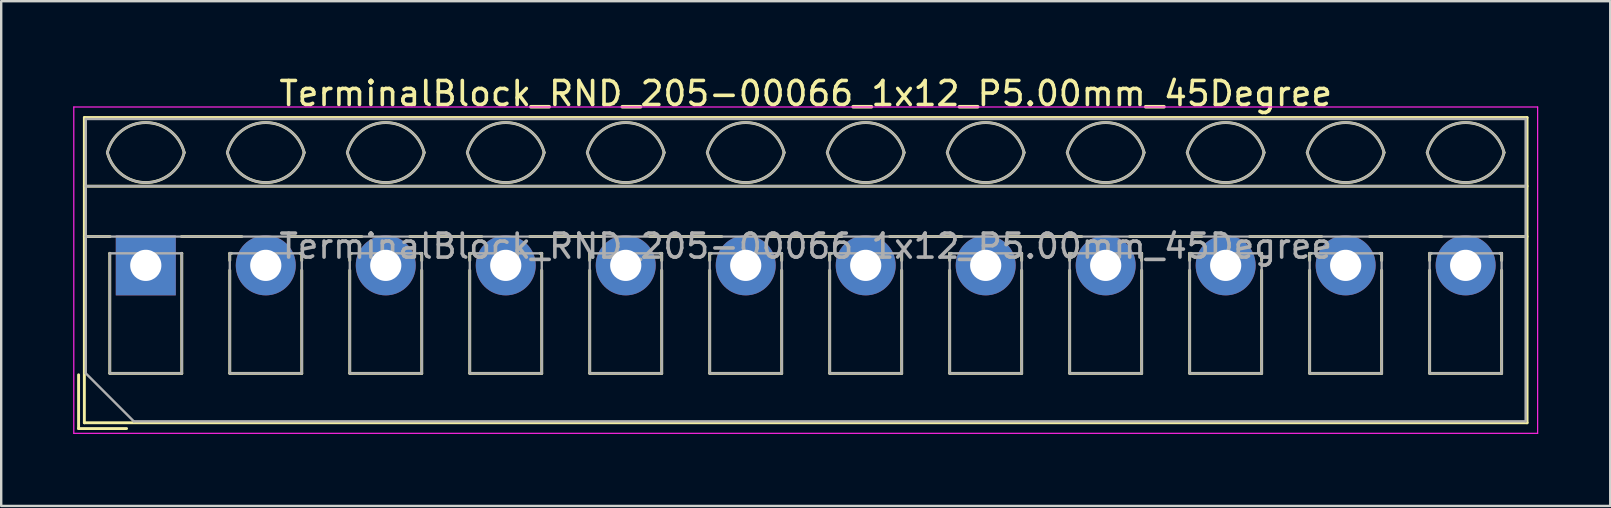
<source format=kicad_pcb>
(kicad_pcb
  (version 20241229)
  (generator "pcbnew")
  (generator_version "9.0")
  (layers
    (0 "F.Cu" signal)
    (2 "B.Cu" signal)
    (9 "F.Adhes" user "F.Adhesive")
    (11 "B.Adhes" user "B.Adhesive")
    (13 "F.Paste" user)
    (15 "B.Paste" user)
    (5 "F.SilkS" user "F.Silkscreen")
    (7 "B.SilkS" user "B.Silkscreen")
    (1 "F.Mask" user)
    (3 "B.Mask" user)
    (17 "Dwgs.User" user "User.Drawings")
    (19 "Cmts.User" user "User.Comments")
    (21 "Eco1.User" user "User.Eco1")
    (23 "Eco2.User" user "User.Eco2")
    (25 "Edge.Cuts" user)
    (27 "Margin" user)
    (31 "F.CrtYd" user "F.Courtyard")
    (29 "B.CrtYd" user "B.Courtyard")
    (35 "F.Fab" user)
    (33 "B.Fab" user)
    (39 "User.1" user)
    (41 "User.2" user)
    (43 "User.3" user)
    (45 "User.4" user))
  (footprint "TerminalBlock_RND_205-00066_1x12_P5.00mm_45Degree"
    (layer "F.Cu")
    (at 3.025 8.008)
    (property "Reference" "TerminalBlock_RND_205-00066_1x12_P5.00mm_45Degree" (at 27.5 -7.16 0) (layer "F.SilkS") (effects (font (size 1 1) (thickness 0.15))))
    (attr through_hole)
    (fp_line (start -2.8 4.56) (end -2.8 6.8) (stroke (width 0.12) (type solid)) (layer "F.SilkS"))
    (fp_line (start -2.8 6.8) (end -0.8 6.8) (stroke (width 0.12) (type solid)) (layer "F.SilkS"))
    (fp_line (start -2.56 -6.16) (end -2.56 6.56) (stroke (width 0.12) (type solid)) (layer "F.SilkS"))
    (fp_line (start -2.56 -6.16) (end 57.56 -6.16) (stroke (width 0.12) (type solid)) (layer "F.SilkS"))
    (fp_line (start -2.56 -3.301) (end 57.56 -3.301) (stroke (width 0.12) (type solid)) (layer "F.SilkS"))
    (fp_line (start -2.56 -1.201) (end -1.49 -1.201) (stroke (width 0.12) (type solid)) (layer "F.SilkS"))
    (fp_line (start -2.56 6.56) (end 57.56 6.56) (stroke (width 0.12) (type solid)) (layer "F.SilkS"))
    (fp_line (start -1.5 -0.5) (end -1.5 4.5) (stroke (width 0.12) (type solid)) (layer "F.SilkS"))
    (fp_line (start -1.5 -0.5) (end -1.49 -0.5) (stroke (width 0.12) (type solid)) (layer "F.SilkS"))
    (fp_line (start -1.5 4.5) (end 1.5 4.5) (stroke (width 0.12) (type solid)) (layer "F.SilkS"))
    (fp_line (start 1.49 -1.201) (end 4 -1.201) (stroke (width 0.12) (type solid)) (layer "F.SilkS"))
    (fp_line (start 1.49 -0.5) (end 1.5 -0.5) (stroke (width 0.12) (type solid)) (layer "F.SilkS"))
    (fp_line (start 1.5 -0.5) (end 1.5 4.5) (stroke (width 0.12) (type solid)) (layer "F.SilkS"))
    (fp_line (start 3.5 -0.5) (end 3.5 -0.202) (stroke (width 0.12) (type solid)) (layer "F.SilkS"))
    (fp_line (start 3.5 -0.5) (end 3.57 -0.5) (stroke (width 0.12) (type solid)) (layer "F.SilkS"))
    (fp_line (start 3.5 0.202) (end 3.5 4.5) (stroke (width 0.12) (type solid)) (layer "F.SilkS"))
    (fp_line (start 3.5 4.5) (end 6.5 4.5) (stroke (width 0.12) (type solid)) (layer "F.SilkS"))
    (fp_line (start 6.001 -1.201) (end 9 -1.201) (stroke (width 0.12) (type solid)) (layer "F.SilkS"))
    (fp_line (start 6.431 -0.5) (end 6.5 -0.5) (stroke (width 0.12) (type solid)) (layer "F.SilkS"))
    (fp_line (start 6.5 -0.5) (end 6.5 -0.202) (stroke (width 0.12) (type solid)) (layer "F.SilkS"))
    (fp_line (start 6.5 0.202) (end 6.5 4.5) (stroke (width 0.12) (type solid)) (layer "F.SilkS"))
    (fp_line (start 8.5 -0.5) (end 8.5 -0.202) (stroke (width 0.12) (type solid)) (layer "F.SilkS"))
    (fp_line (start 8.5 -0.5) (end 8.57 -0.5) (stroke (width 0.12) (type solid)) (layer "F.SilkS"))
    (fp_line (start 8.5 0.202) (end 8.5 4.5) (stroke (width 0.12) (type solid)) (layer "F.SilkS"))
    (fp_line (start 8.5 4.5) (end 11.5 4.5) (stroke (width 0.12) (type solid)) (layer "F.SilkS"))
    (fp_line (start 11.001 -1.201) (end 14 -1.201) (stroke (width 0.12) (type solid)) (layer "F.SilkS"))
    (fp_line (start 11.431 -0.5) (end 11.5 -0.5) (stroke (width 0.12) (type solid)) (layer "F.SilkS"))
    (fp_line (start 11.5 -0.5) (end 11.5 -0.202) (stroke (width 0.12) (type solid)) (layer "F.SilkS"))
    (fp_line (start 11.5 0.202) (end 11.5 4.5) (stroke (width 0.12) (type solid)) (layer "F.SilkS"))
    (fp_line (start 13.5 -0.5) (end 13.5 -0.202) (stroke (width 0.12) (type solid)) (layer "F.SilkS"))
    (fp_line (start 13.5 -0.5) (end 13.57 -0.5) (stroke (width 0.12) (type solid)) (layer "F.SilkS"))
    (fp_line (start 13.5 0.202) (end 13.5 4.5) (stroke (width 0.12) (type solid)) (layer "F.SilkS"))
    (fp_line (start 13.5 4.5) (end 16.5 4.5) (stroke (width 0.12) (type solid)) (layer "F.SilkS"))
    (fp_line (start 16.001 -1.201) (end 19 -1.201) (stroke (width 0.12) (type solid)) (layer "F.SilkS"))
    (fp_line (start 16.431 -0.5) (end 16.5 -0.5) (stroke (width 0.12) (type solid)) (layer "F.SilkS"))
    (fp_line (start 16.5 -0.5) (end 16.5 -0.202) (stroke (width 0.12) (type solid)) (layer "F.SilkS"))
    (fp_line (start 16.5 0.202) (end 16.5 4.5) (stroke (width 0.12) (type solid)) (layer "F.SilkS"))
    (fp_line (start 18.5 -0.5) (end 18.5 -0.202) (stroke (width 0.12) (type solid)) (layer "F.SilkS"))
    (fp_line (start 18.5 -0.5) (end 18.57 -0.5) (stroke (width 0.12) (type solid)) (layer "F.SilkS"))
    (fp_line (start 18.5 0.202) (end 18.5 4.5) (stroke (width 0.12) (type solid)) (layer "F.SilkS"))
    (fp_line (start 18.5 4.5) (end 21.5 4.5) (stroke (width 0.12) (type solid)) (layer "F.SilkS"))
    (fp_line (start 21.001 -1.201) (end 24 -1.201) (stroke (width 0.12) (type solid)) (layer "F.SilkS"))
    (fp_line (start 21.431 -0.5) (end 21.5 -0.5) (stroke (width 0.12) (type solid)) (layer "F.SilkS"))
    (fp_line (start 21.5 -0.5) (end 21.5 -0.202) (stroke (width 0.12) (type solid)) (layer "F.SilkS"))
    (fp_line (start 21.5 0.202) (end 21.5 4.5) (stroke (width 0.12) (type solid)) (layer "F.SilkS"))
    (fp_line (start 23.5 -0.5) (end 23.5 -0.202) (stroke (width 0.12) (type solid)) (layer "F.SilkS"))
    (fp_line (start 23.5 -0.5) (end 23.57 -0.5) (stroke (width 0.12) (type solid)) (layer "F.SilkS"))
    (fp_line (start 23.5 0.202) (end 23.5 4.5) (stroke (width 0.12) (type solid)) (layer "F.SilkS"))
    (fp_line (start 23.5 4.5) (end 26.5 4.5) (stroke (width 0.12) (type solid)) (layer "F.SilkS"))
    (fp_line (start 26.001 -1.201) (end 29 -1.201) (stroke (width 0.12) (type solid)) (layer "F.SilkS"))
    (fp_line (start 26.431 -0.5) (end 26.5 -0.5) (stroke (width 0.12) (type solid)) (layer "F.SilkS"))
    (fp_line (start 26.5 -0.5) (end 26.5 -0.202) (stroke (width 0.12) (type solid)) (layer "F.SilkS"))
    (fp_line (start 26.5 0.202) (end 26.5 4.5) (stroke (width 0.12) (type solid)) (layer "F.SilkS"))
    (fp_line (start 28.5 -0.5) (end 28.5 -0.202) (stroke (width 0.12) (type solid)) (layer "F.SilkS"))
    (fp_line (start 28.5 -0.5) (end 28.57 -0.5) (stroke (width 0.12) (type solid)) (layer "F.SilkS"))
    (fp_line (start 28.5 0.202) (end 28.5 4.5) (stroke (width 0.12) (type solid)) (layer "F.SilkS"))
    (fp_line (start 28.5 4.5) (end 31.5 4.5) (stroke (width 0.12) (type solid)) (layer "F.SilkS"))
    (fp_line (start 31.001 -1.201) (end 34 -1.201) (stroke (width 0.12) (type solid)) (layer "F.SilkS"))
    (fp_line (start 31.431 -0.5) (end 31.5 -0.5) (stroke (width 0.12) (type solid)) (layer "F.SilkS"))
    (fp_line (start 31.5 -0.5) (end 31.5 -0.202) (stroke (width 0.12) (type solid)) (layer "F.SilkS"))
    (fp_line (start 31.5 0.202) (end 31.5 4.5) (stroke (width 0.12) (type solid)) (layer "F.SilkS"))
    (fp_line (start 33.5 -0.5) (end 33.5 -0.202) (stroke (width 0.12) (type solid)) (layer "F.SilkS"))
    (fp_line (start 33.5 -0.5) (end 33.57 -0.5) (stroke (width 0.12) (type solid)) (layer "F.SilkS"))
    (fp_line (start 33.5 0.202) (end 33.5 4.5) (stroke (width 0.12) (type solid)) (layer "F.SilkS"))
    (fp_line (start 33.5 4.5) (end 36.5 4.5) (stroke (width 0.12) (type solid)) (layer "F.SilkS"))
    (fp_line (start 36.001 -1.201) (end 39 -1.201) (stroke (width 0.12) (type solid)) (layer "F.SilkS"))
    (fp_line (start 36.431 -0.5) (end 36.5 -0.5) (stroke (width 0.12) (type solid)) (layer "F.SilkS"))
    (fp_line (start 36.5 -0.5) (end 36.5 -0.202) (stroke (width 0.12) (type solid)) (layer "F.SilkS"))
    (fp_line (start 36.5 0.202) (end 36.5 4.5) (stroke (width 0.12) (type solid)) (layer "F.SilkS"))
    (fp_line (start 38.5 -0.5) (end 38.5 -0.202) (stroke (width 0.12) (type solid)) (layer "F.SilkS"))
    (fp_line (start 38.5 -0.5) (end 38.57 -0.5) (stroke (width 0.12) (type solid)) (layer "F.SilkS"))
    (fp_line (start 38.5 0.202) (end 38.5 4.5) (stroke (width 0.12) (type solid)) (layer "F.SilkS"))
    (fp_line (start 38.5 4.5) (end 41.5 4.5) (stroke (width 0.12) (type solid)) (layer "F.SilkS"))
    (fp_line (start 41.001 -1.201) (end 44 -1.201) (stroke (width 0.12) (type solid)) (layer "F.SilkS"))
    (fp_line (start 41.431 -0.5) (end 41.5 -0.5) (stroke (width 0.12) (type solid)) (layer "F.SilkS"))
    (fp_line (start 41.5 -0.5) (end 41.5 -0.202) (stroke (width 0.12) (type solid)) (layer "F.SilkS"))
    (fp_line (start 41.5 0.202) (end 41.5 4.5) (stroke (width 0.12) (type solid)) (layer "F.SilkS"))
    (fp_line (start 43.5 -0.5) (end 43.5 -0.202) (stroke (width 0.12) (type solid)) (layer "F.SilkS"))
    (fp_line (start 43.5 -0.5) (end 43.57 -0.5) (stroke (width 0.12) (type solid)) (layer "F.SilkS"))
    (fp_line (start 43.5 0.202) (end 43.5 4.5) (stroke (width 0.12) (type solid)) (layer "F.SilkS"))
    (fp_line (start 43.5 4.5) (end 46.5 4.5) (stroke (width 0.12) (type solid)) (layer "F.SilkS"))
    (fp_line (start 46.001 -1.201) (end 49 -1.201) (stroke (width 0.12) (type solid)) (layer "F.SilkS"))
    (fp_line (start 46.431 -0.5) (end 46.5 -0.5) (stroke (width 0.12) (type solid)) (layer "F.SilkS"))
    (fp_line (start 46.5 -0.5) (end 46.5 -0.202) (stroke (width 0.12) (type solid)) (layer "F.SilkS"))
    (fp_line (start 46.5 0.202) (end 46.5 4.5) (stroke (width 0.12) (type solid)) (layer "F.SilkS"))
    (fp_line (start 48.5 -0.5) (end 48.5 -0.202) (stroke (width 0.12) (type solid)) (layer "F.SilkS"))
    (fp_line (start 48.5 -0.5) (end 48.57 -0.5) (stroke (width 0.12) (type solid)) (layer "F.SilkS"))
    (fp_line (start 48.5 0.202) (end 48.5 4.5) (stroke (width 0.12) (type solid)) (layer "F.SilkS"))
    (fp_line (start 48.5 4.5) (end 51.5 4.5) (stroke (width 0.12) (type solid)) (layer "F.SilkS"))
    (fp_line (start 51.001 -1.201) (end 54 -1.201) (stroke (width 0.12) (type solid)) (layer "F.SilkS"))
    (fp_line (start 51.431 -0.5) (end 51.5 -0.5) (stroke (width 0.12) (type solid)) (layer "F.SilkS"))
    (fp_line (start 51.5 -0.5) (end 51.5 -0.202) (stroke (width 0.12) (type solid)) (layer "F.SilkS"))
    (fp_line (start 51.5 0.202) (end 51.5 4.5) (stroke (width 0.12) (type solid)) (layer "F.SilkS"))
    (fp_line (start 53.5 -0.5) (end 53.5 -0.202) (stroke (width 0.12) (type solid)) (layer "F.SilkS"))
    (fp_line (start 53.5 -0.5) (end 53.57 -0.5) (stroke (width 0.12) (type solid)) (layer "F.SilkS"))
    (fp_line (start 53.5 0.202) (end 53.5 4.5) (stroke (width 0.12) (type solid)) (layer "F.SilkS"))
    (fp_line (start 53.5 4.5) (end 56.5 4.5) (stroke (width 0.12) (type solid)) (layer "F.SilkS"))
    (fp_line (start 56.001 -1.201) (end 57.56 -1.201) (stroke (width 0.12) (type solid)) (layer "F.SilkS"))
    (fp_line (start 56.431 -0.5) (end 56.5 -0.5) (stroke (width 0.12) (type solid)) (layer "F.SilkS"))
    (fp_line (start 56.5 -0.5) (end 56.5 -0.202) (stroke (width 0.12) (type solid)) (layer "F.SilkS"))
    (fp_line (start 56.5 0.202) (end 56.5 4.5) (stroke (width 0.12) (type solid)) (layer "F.SilkS"))
    (fp_line (start 57.56 -6.16) (end 57.56 6.56) (stroke (width 0.12) (type solid)) (layer "F.SilkS"))
    (fp_arc (start -1.600914 -4.700344) (mid 0.000177 -5.95097) (end 1.601 -4.7) (stroke (width 0.12) (type solid)) (layer "F.SilkS"))
    (fp_arc (start 1.6 -4.7) (mid -0.000064 -3.45) (end -1.600031 -4.700125) (stroke (width 0.12) (type solid)) (layer "F.SilkS"))
    (fp_arc (start 3.399086 -4.700344) (mid 5.000177 -5.95097) (end 6.601 -4.7) (stroke (width 0.12) (type solid)) (layer "F.SilkS"))
    (fp_arc (start 6.6 -4.7) (mid 4.999936 -3.45) (end 3.399969 -4.700125) (stroke (width 0.12) (type solid)) (layer "F.SilkS"))
    (fp_arc (start 8.399086 -4.700344) (mid 10.000177 -5.95097) (end 11.601 -4.7) (stroke (width 0.12) (type solid)) (layer "F.SilkS"))
    (fp_arc (start 11.6 -4.7) (mid 9.999936 -3.45) (end 8.399969 -4.700125) (stroke (width 0.12) (type solid)) (layer "F.SilkS"))
    (fp_arc (start 13.399086 -4.700344) (mid 15.000177 -5.95097) (end 16.601 -4.7) (stroke (width 0.12) (type solid)) (layer "F.SilkS"))
    (fp_arc (start 16.6 -4.7) (mid 14.999936 -3.45) (end 13.399969 -4.700125) (stroke (width 0.12) (type solid)) (layer "F.SilkS"))
    (fp_arc (start 18.399086 -4.700344) (mid 20.000177 -5.95097) (end 21.601 -4.7) (stroke (width 0.12) (type solid)) (layer "F.SilkS"))
    (fp_arc (start 21.6 -4.7) (mid 19.999936 -3.45) (end 18.399969 -4.700125) (stroke (width 0.12) (type solid)) (layer "F.SilkS"))
    (fp_arc (start 23.399086 -4.700344) (mid 25.000177 -5.95097) (end 26.601 -4.7) (stroke (width 0.12) (type solid)) (layer "F.SilkS"))
    (fp_arc (start 26.6 -4.7) (mid 24.999936 -3.45) (end 23.399969 -4.700125) (stroke (width 0.12) (type solid)) (layer "F.SilkS"))
    (fp_arc (start 28.399086 -4.700344) (mid 30.000177 -5.95097) (end 31.601 -4.7) (stroke (width 0.12) (type solid)) (layer "F.SilkS"))
    (fp_arc (start 31.6 -4.7) (mid 29.999936 -3.45) (end 28.399969 -4.700125) (stroke (width 0.12) (type solid)) (layer "F.SilkS"))
    (fp_arc (start 33.399086 -4.700344) (mid 35.000177 -5.95097) (end 36.601 -4.7) (stroke (width 0.12) (type solid)) (layer "F.SilkS"))
    (fp_arc (start 36.6 -4.7) (mid 34.999936 -3.45) (end 33.399969 -4.700125) (stroke (width 0.12) (type solid)) (layer "F.SilkS"))
    (fp_arc (start 38.399086 -4.700344) (mid 40.000177 -5.95097) (end 41.601 -4.7) (stroke (width 0.12) (type solid)) (layer "F.SilkS"))
    (fp_arc (start 41.6 -4.7) (mid 39.999936 -3.45) (end 38.399969 -4.700125) (stroke (width 0.12) (type solid)) (layer "F.SilkS"))
    (fp_arc (start 43.399086 -4.700344) (mid 45.000177 -5.95097) (end 46.601 -4.7) (stroke (width 0.12) (type solid)) (layer "F.SilkS"))
    (fp_arc (start 46.6 -4.7) (mid 44.999936 -3.45) (end 43.399969 -4.700125) (stroke (width 0.12) (type solid)) (layer "F.SilkS"))
    (fp_arc (start 48.399086 -4.700344) (mid 50.000177 -5.95097) (end 51.601 -4.7) (stroke (width 0.12) (type solid)) (layer "F.SilkS"))
    (fp_arc (start 51.6 -4.7) (mid 49.999936 -3.45) (end 48.399969 -4.700125) (stroke (width 0.12) (type solid)) (layer "F.SilkS"))
    (fp_arc (start 53.399086 -4.700344) (mid 55.000177 -5.95097) (end 56.601 -4.7) (stroke (width 0.12) (type solid)) (layer "F.SilkS"))
    (fp_arc (start 56.6 -4.7) (mid 54.999936 -3.45) (end 53.399969 -4.700125) (stroke (width 0.12) (type solid)) (layer "F.SilkS"))
    (fp_line (start -3 -6.6) (end -3 7) (stroke (width 0.05) (type solid)) (layer "F.CrtYd"))
    (fp_line (start -3 7) (end 58 7) (stroke (width 0.05) (type solid)) (layer "F.CrtYd"))
    (fp_line (start 58 -6.6) (end -3 -6.6) (stroke (width 0.05) (type solid)) (layer "F.CrtYd"))
    (fp_line (start 58 7) (end 58 -6.6) (stroke (width 0.05) (type solid)) (layer "F.CrtYd"))
    (fp_line (start -2.5 -6.1) (end 57.5 -6.1) (stroke (width 0.1) (type solid)) (layer "F.Fab"))
    (fp_line (start -2.5 -3.3) (end 57.5 -3.3) (stroke (width 0.1) (type solid)) (layer "F.Fab"))
    (fp_line (start -2.5 -1.2) (end 57.5 -1.2) (stroke (width 0.1) (type solid)) (layer "F.Fab"))
    (fp_line (start -2.5 4.5) (end -2.5 -6.1) (stroke (width 0.1) (type solid)) (layer "F.Fab"))
    (fp_line (start -1.5 -0.5) (end -1.5 4.5) (stroke (width 0.1) (type solid)) (layer "F.Fab"))
    (fp_line (start -1.5 4.5) (end 1.5 4.5) (stroke (width 0.1) (type solid)) (layer "F.Fab"))
    (fp_line (start -0.5 6.5) (end -2.5 4.5) (stroke (width 0.1) (type solid)) (layer "F.Fab"))
    (fp_line (start 1.5 -0.5) (end -1.5 -0.5) (stroke (width 0.1) (type solid)) (layer "F.Fab"))
    (fp_line (start 1.5 4.5) (end 1.5 -0.5) (stroke (width 0.1) (type solid)) (layer "F.Fab"))
    (fp_line (start 3.5 -0.5) (end 3.5 4.5) (stroke (width 0.1) (type solid)) (layer "F.Fab"))
    (fp_line (start 3.5 4.5) (end 6.5 4.5) (stroke (width 0.1) (type solid)) (layer "F.Fab"))
    (fp_line (start 6.5 -0.5) (end 3.5 -0.5) (stroke (width 0.1) (type solid)) (layer "F.Fab"))
    (fp_line (start 6.5 4.5) (end 6.5 -0.5) (stroke (width 0.1) (type solid)) (layer "F.Fab"))
    (fp_line (start 8.5 -0.5) (end 8.5 4.5) (stroke (width 0.1) (type solid)) (layer "F.Fab"))
    (fp_line (start 8.5 4.5) (end 11.5 4.5) (stroke (width 0.1) (type solid)) (layer "F.Fab"))
    (fp_line (start 11.5 -0.5) (end 8.5 -0.5) (stroke (width 0.1) (type solid)) (layer "F.Fab"))
    (fp_line (start 11.5 4.5) (end 11.5 -0.5) (stroke (width 0.1) (type solid)) (layer "F.Fab"))
    (fp_line (start 13.5 -0.5) (end 13.5 4.5) (stroke (width 0.1) (type solid)) (layer "F.Fab"))
    (fp_line (start 13.5 4.5) (end 16.5 4.5) (stroke (width 0.1) (type solid)) (layer "F.Fab"))
    (fp_line (start 16.5 -0.5) (end 13.5 -0.5) (stroke (width 0.1) (type solid)) (layer "F.Fab"))
    (fp_line (start 16.5 4.5) (end 16.5 -0.5) (stroke (width 0.1) (type solid)) (layer "F.Fab"))
    (fp_line (start 18.5 -0.5) (end 18.5 4.5) (stroke (width 0.1) (type solid)) (layer "F.Fab"))
    (fp_line (start 18.5 4.5) (end 21.5 4.5) (stroke (width 0.1) (type solid)) (layer "F.Fab"))
    (fp_line (start 21.5 -0.5) (end 18.5 -0.5) (stroke (width 0.1) (type solid)) (layer "F.Fab"))
    (fp_line (start 21.5 4.5) (end 21.5 -0.5) (stroke (width 0.1) (type solid)) (layer "F.Fab"))
    (fp_line (start 23.5 -0.5) (end 23.5 4.5) (stroke (width 0.1) (type solid)) (layer "F.Fab"))
    (fp_line (start 23.5 4.5) (end 26.5 4.5) (stroke (width 0.1) (type solid)) (layer "F.Fab"))
    (fp_line (start 26.5 -0.5) (end 23.5 -0.5) (stroke (width 0.1) (type solid)) (layer "F.Fab"))
    (fp_line (start 26.5 4.5) (end 26.5 -0.5) (stroke (width 0.1) (type solid)) (layer "F.Fab"))
    (fp_line (start 28.5 -0.5) (end 28.5 4.5) (stroke (width 0.1) (type solid)) (layer "F.Fab"))
    (fp_line (start 28.5 4.5) (end 31.5 4.5) (stroke (width 0.1) (type solid)) (layer "F.Fab"))
    (fp_line (start 31.5 -0.5) (end 28.5 -0.5) (stroke (width 0.1) (type solid)) (layer "F.Fab"))
    (fp_line (start 31.5 4.5) (end 31.5 -0.5) (stroke (width 0.1) (type solid)) (layer "F.Fab"))
    (fp_line (start 33.5 -0.5) (end 33.5 4.5) (stroke (width 0.1) (type solid)) (layer "F.Fab"))
    (fp_line (start 33.5 4.5) (end 36.5 4.5) (stroke (width 0.1) (type solid)) (layer "F.Fab"))
    (fp_line (start 36.5 -0.5) (end 33.5 -0.5) (stroke (width 0.1) (type solid)) (layer "F.Fab"))
    (fp_line (start 36.5 4.5) (end 36.5 -0.5) (stroke (width 0.1) (type solid)) (layer "F.Fab"))
    (fp_line (start 38.5 -0.5) (end 38.5 4.5) (stroke (width 0.1) (type solid)) (layer "F.Fab"))
    (fp_line (start 38.5 4.5) (end 41.5 4.5) (stroke (width 0.1) (type solid)) (layer "F.Fab"))
    (fp_line (start 41.5 -0.5) (end 38.5 -0.5) (stroke (width 0.1) (type solid)) (layer "F.Fab"))
    (fp_line (start 41.5 4.5) (end 41.5 -0.5) (stroke (width 0.1) (type solid)) (layer "F.Fab"))
    (fp_line (start 43.5 -0.5) (end 43.5 4.5) (stroke (width 0.1) (type solid)) (layer "F.Fab"))
    (fp_line (start 43.5 4.5) (end 46.5 4.5) (stroke (width 0.1) (type solid)) (layer "F.Fab"))
    (fp_line (start 46.5 -0.5) (end 43.5 -0.5) (stroke (width 0.1) (type solid)) (layer "F.Fab"))
    (fp_line (start 46.5 4.5) (end 46.5 -0.5) (stroke (width 0.1) (type solid)) (layer "F.Fab"))
    (fp_line (start 48.5 -0.5) (end 48.5 4.5) (stroke (width 0.1) (type solid)) (layer "F.Fab"))
    (fp_line (start 48.5 4.5) (end 51.5 4.5) (stroke (width 0.1) (type solid)) (layer "F.Fab"))
    (fp_line (start 51.5 -0.5) (end 48.5 -0.5) (stroke (width 0.1) (type solid)) (layer "F.Fab"))
    (fp_line (start 51.5 4.5) (end 51.5 -0.5) (stroke (width 0.1) (type solid)) (layer "F.Fab"))
    (fp_line (start 53.5 -0.5) (end 53.5 4.5) (stroke (width 0.1) (type solid)) (layer "F.Fab"))
    (fp_line (start 53.5 4.5) (end 56.5 4.5) (stroke (width 0.1) (type solid)) (layer "F.Fab"))
    (fp_line (start 56.5 -0.5) (end 53.5 -0.5) (stroke (width 0.1) (type solid)) (layer "F.Fab"))
    (fp_line (start 56.5 4.5) (end 56.5 -0.5) (stroke (width 0.1) (type solid)) (layer "F.Fab"))
    (fp_line (start 57.5 -6.1) (end 57.5 6.5) (stroke (width 0.1) (type solid)) (layer "F.Fab"))
    (fp_line (start 57.5 6.5) (end -0.5 6.5) (stroke (width 0.1) (type solid)) (layer "F.Fab"))
    (fp_arc (start -1.600914 -4.700344) (mid 0.000177 -5.95097) (end 1.601 -4.7) (stroke (width 0.1) (type solid)) (layer "F.Fab"))
    (fp_arc (start 1.6 -4.7) (mid -0.000064 -3.45) (end -1.600031 -4.700125) (stroke (width 0.1) (type solid)) (layer "F.Fab"))
    (fp_arc (start 3.399086 -4.700344) (mid 5.000177 -5.95097) (end 6.601 -4.7) (stroke (width 0.1) (type solid)) (layer "F.Fab"))
    (fp_arc (start 6.6 -4.7) (mid 4.999936 -3.45) (end 3.399969 -4.700125) (stroke (width 0.1) (type solid)) (layer "F.Fab"))
    (fp_arc (start 8.399086 -4.700344) (mid 10.000177 -5.95097) (end 11.601 -4.7) (stroke (width 0.1) (type solid)) (layer "F.Fab"))
    (fp_arc (start 11.6 -4.7) (mid 9.999936 -3.45) (end 8.399969 -4.700125) (stroke (width 0.1) (type solid)) (layer "F.Fab"))
    (fp_arc (start 13.399086 -4.700344) (mid 15.000177 -5.95097) (end 16.601 -4.7) (stroke (width 0.1) (type solid)) (layer "F.Fab"))
    (fp_arc (start 16.6 -4.7) (mid 14.999936 -3.45) (end 13.399969 -4.700125) (stroke (width 0.1) (type solid)) (layer "F.Fab"))
    (fp_arc (start 18.399086 -4.700344) (mid 20.000177 -5.95097) (end 21.601 -4.7) (stroke (width 0.1) (type solid)) (layer "F.Fab"))
    (fp_arc (start 21.6 -4.7) (mid 19.999936 -3.45) (end 18.399969 -4.700125) (stroke (width 0.1) (type solid)) (layer "F.Fab"))
    (fp_arc (start 23.399086 -4.700344) (mid 25.000177 -5.95097) (end 26.601 -4.7) (stroke (width 0.1) (type solid)) (layer "F.Fab"))
    (fp_arc (start 26.6 -4.7) (mid 24.999936 -3.45) (end 23.399969 -4.700125) (stroke (width 0.1) (type solid)) (layer "F.Fab"))
    (fp_arc (start 28.399086 -4.700344) (mid 30.000177 -5.95097) (end 31.601 -4.7) (stroke (width 0.1) (type solid)) (layer "F.Fab"))
    (fp_arc (start 31.6 -4.7) (mid 29.999936 -3.45) (end 28.399969 -4.700125) (stroke (width 0.1) (type solid)) (layer "F.Fab"))
    (fp_arc (start 33.399086 -4.700344) (mid 35.000177 -5.95097) (end 36.601 -4.7) (stroke (width 0.1) (type solid)) (layer "F.Fab"))
    (fp_arc (start 36.6 -4.7) (mid 34.999936 -3.45) (end 33.399969 -4.700125) (stroke (width 0.1) (type solid)) (layer "F.Fab"))
    (fp_arc (start 38.399086 -4.700344) (mid 40.000177 -5.95097) (end 41.601 -4.7) (stroke (width 0.1) (type solid)) (layer "F.Fab"))
    (fp_arc (start 41.6 -4.7) (mid 39.999936 -3.45) (end 38.399969 -4.700125) (stroke (width 0.1) (type solid)) (layer "F.Fab"))
    (fp_arc (start 43.399086 -4.700344) (mid 45.000177 -5.95097) (end 46.601 -4.7) (stroke (width 0.1) (type solid)) (layer "F.Fab"))
    (fp_arc (start 46.6 -4.7) (mid 44.999936 -3.45) (end 43.399969 -4.700125) (stroke (width 0.1) (type solid)) (layer "F.Fab"))
    (fp_arc (start 48.399086 -4.700344) (mid 50.000177 -5.95097) (end 51.601 -4.7) (stroke (width 0.1) (type solid)) (layer "F.Fab"))
    (fp_arc (start 51.6 -4.7) (mid 49.999936 -3.45) (end 48.399969 -4.700125) (stroke (width 0.1) (type solid)) (layer "F.Fab"))
    (fp_arc (start 53.399086 -4.700344) (mid 55.000177 -5.95097) (end 56.601 -4.7) (stroke (width 0.1) (type solid)) (layer "F.Fab"))
    (fp_arc (start 56.6 -4.7) (mid 54.999936 -3.45) (end 53.399969 -4.700125) (stroke (width 0.1) (type solid)) (layer "F.Fab"))
    (fp_text user "${REFERENCE}" (at 27.5 -0.8 0) (layer "F.Fab") (effects (font (size 1 1) (thickness 0.15))))
    (pad "1" thru_hole rect (at 0 0) (size 2.5 2.5) (drill 1.3) (layers "*.Cu" "*.Mask"))
    (pad "2" thru_hole circle (at 5 0) (size 2.5 2.5) (drill 1.3) (layers "*.Cu" "*.Mask"))
    (pad "3" thru_hole circle (at 10 0) (size 2.5 2.5) (drill 1.3) (layers "*.Cu" "*.Mask"))
    (pad "4" thru_hole circle (at 15 0) (size 2.5 2.5) (drill 1.3) (layers "*.Cu" "*.Mask"))
    (pad "5" thru_hole circle (at 20 0) (size 2.5 2.5) (drill 1.3) (layers "*.Cu" "*.Mask"))
    (pad "6" thru_hole circle (at 25 0) (size 2.5 2.5) (drill 1.3) (layers "*.Cu" "*.Mask"))
    (pad "7" thru_hole circle (at 30 0) (size 2.5 2.5) (drill 1.3) (layers "*.Cu" "*.Mask"))
    (pad "8" thru_hole circle (at 35 0) (size 2.5 2.5) (drill 1.3) (layers "*.Cu" "*.Mask"))
    (pad "9" thru_hole circle (at 40 0) (size 2.5 2.5) (drill 1.3) (layers "*.Cu" "*.Mask"))
    (pad "10" thru_hole circle (at 45 0) (size 2.5 2.5) (drill 1.3) (layers "*.Cu" "*.Mask"))
    (pad "11" thru_hole circle (at 50 0) (size 2.5 2.5) (drill 1.3) (layers "*.Cu" "*.Mask"))
    (pad "12" thru_hole circle (at 55 0) (size 2.5 2.5) (drill 1.3) (layers "*.Cu" "*.Mask")))
  (gr_rect
    (start -3 -3)
    (end 64.05 18.033)
    (stroke (width 0.1) (type default))
    (fill no)
    (layer "Edge.Cuts")))
</source>
